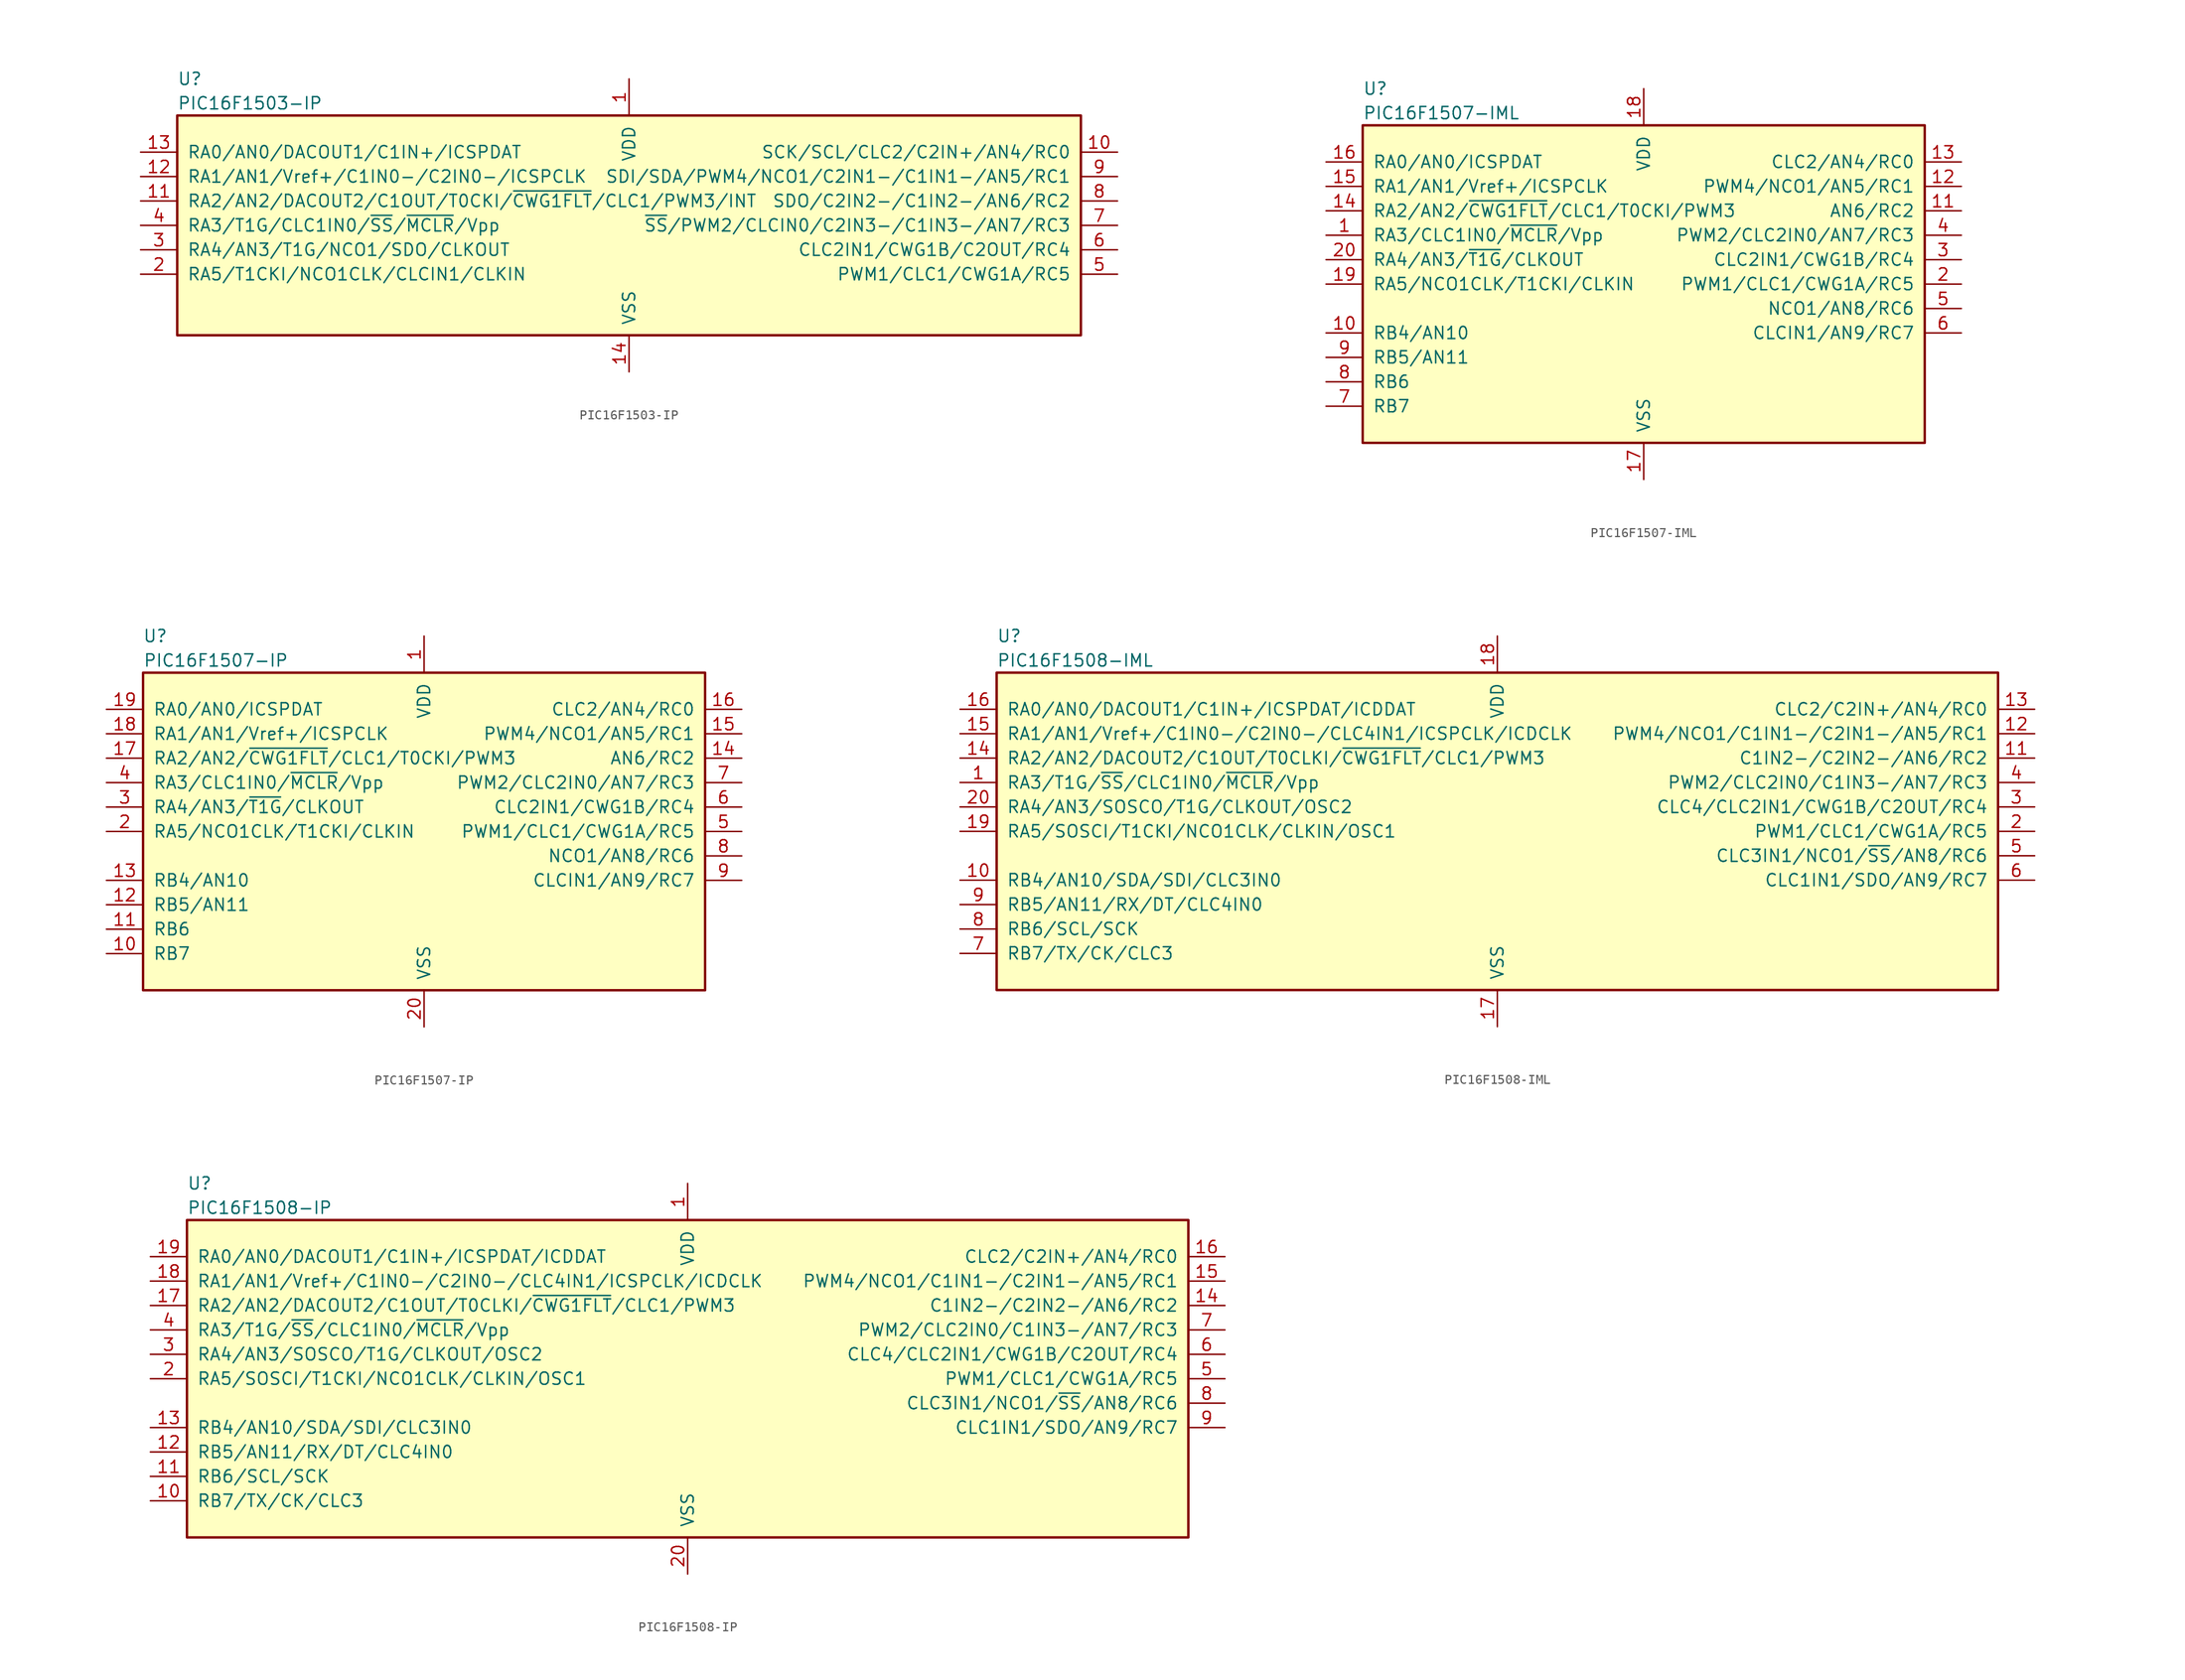
<source format=kicad_sym>
(kicad_symbol_lib
  (version 20241209)
  (generator "kicad_symbol_editor")
  (generator_version "9.0")
  (symbol "PIC16F1503-IP"
    (pin_names
      (offset 1.016))
    (property "Reference" "U"
      (at -46.99 15.24 0)
      (effects (font (size 1.27 1.27)) (justify left)))
    (property "Value" "PIC16F1503-IP"
      (at -46.99 12.7 0)
      (effects (font (size 1.27 1.27)) (justify left)))
    (symbol "PIC16F1503-IP_0_1"
      (rectangle (start -46.99 11.43) (end 46.99 -11.43) (stroke (width 0.254) (type default)) (fill (type background))))
    (symbol "PIC16F1503-IP_1_1"
      (pin bidirectional line (at -50.8 7.62 0) (length 3.81) (name "RA0/AN0/DACOUT1/C1IN+/ICSPDAT" (effects (font (size 1.27 1.27)))) (number "13" (effects (font (size 1.27 1.27)))))
      (pin bidirectional line (at -50.8 5.08 0) (length 3.81) (name "RA1/AN1/Vref+/C1IN0-/C2IN0-/ICSPCLK" (effects (font (size 1.27 1.27)))) (number "12" (effects (font (size 1.27 1.27)))))
      (pin bidirectional line (at -50.8 2.54 0) (length 3.81) (name "RA2/AN2/DACOUT2/C1OUT/T0CKI/~{CWG1FLT}/CLC1/PWM3/INT" (effects (font (size 1.27 1.27)))) (number "11" (effects (font (size 1.27 1.27)))))
      (pin input line (at -50.8 0 0) (length 3.81) (name "RA3/T1G/CLC1IN0/~{SS}/~{MCLR}/Vpp" (effects (font (size 1.27 1.27)))) (number "4" (effects (font (size 1.27 1.27)))))
      (pin bidirectional line (at -50.8 -2.54 0) (length 3.81) (name "RA4/AN3/T1G/NCO1/SDO/CLKOUT" (effects (font (size 1.27 1.27)))) (number "3" (effects (font (size 1.27 1.27)))))
      (pin bidirectional line (at -50.8 -5.08 0) (length 3.81) (name "RA5/T1CKI/NCO1CLK/CLCIN1/CLKIN" (effects (font (size 1.27 1.27)))) (number "2" (effects (font (size 1.27 1.27)))))
      (pin power_in line (at 0 15.24 270) (length 3.81) (name "VDD" (effects (font (size 1.27 1.27)))) (number "1" (effects (font (size 1.27 1.27)))))
      (pin power_in line (at 0 -15.24 90) (length 3.81) (name "VSS" (effects (font (size 1.27 1.27)))) (number "14" (effects (font (size 1.27 1.27)))))
      (pin bidirectional line (at 50.8 7.62 180) (length 3.81) (name "SCK/SCL/CLC2/C2IN+/AN4/RC0" (effects (font (size 1.27 1.27)))) (number "10" (effects (font (size 1.27 1.27)))))
      (pin bidirectional line (at 50.8 5.08 180) (length 3.81) (name "SDI/SDA/PWM4/NCO1/C2IN1-/C1IN1-/AN5/RC1" (effects (font (size 1.27 1.27)))) (number "9" (effects (font (size 1.27 1.27)))))
      (pin bidirectional line (at 50.8 2.54 180) (length 3.81) (name "SDO/C2IN2-/C1IN2-/AN6/RC2" (effects (font (size 1.27 1.27)))) (number "8" (effects (font (size 1.27 1.27)))))
      (pin bidirectional line (at 50.8 0 180) (length 3.81) (name "~{SS}/PWM2/CLCIN0/C2IN3-/C1IN3-/AN7/RC3" (effects (font (size 1.27 1.27)))) (number "7" (effects (font (size 1.27 1.27)))))
      (pin bidirectional line (at 50.8 -2.54 180) (length 3.81) (name "CLC2IN1/CWG1B/C2OUT/RC4" (effects (font (size 1.27 1.27)))) (number "6" (effects (font (size 1.27 1.27)))))
      (pin bidirectional line (at 50.8 -5.08 180) (length 3.81) (name "PWM1/CLC1/CWG1A/RC5" (effects (font (size 1.27 1.27)))) (number "5" (effects (font (size 1.27 1.27)))))))
  (symbol "PIC16F1507-IML"
    (pin_names
      (offset 1.016))
    (property "Reference" "U"
      (at -29.21 20.32 0)
      (effects (font (size 1.27 1.27)) (justify left)))
    (property "Value" "PIC16F1507-IML"
      (at -29.21 17.78 0)
      (effects (font (size 1.27 1.27)) (justify left)))
    (symbol "PIC16F1507-IML_0_1"
      (rectangle (start -29.21 16.51) (end 29.21 -16.51) (stroke (width 0.254) (type default)) (fill (type background))))
    (symbol "PIC16F1507-IML_1_1"
      (pin bidirectional line (at -33.02 12.7 0) (length 3.81) (name "RA0/AN0/ICSPDAT" (effects (font (size 1.27 1.27)))) (number "16" (effects (font (size 1.27 1.27)))))
      (pin bidirectional line (at -33.02 10.16 0) (length 3.81) (name "RA1/AN1/Vref+/ICSPCLK" (effects (font (size 1.27 1.27)))) (number "15" (effects (font (size 1.27 1.27)))))
      (pin bidirectional line (at -33.02 7.62 0) (length 3.81) (name "RA2/AN2/~{CWG1FLT}/CLC1/T0CKI/PWM3" (effects (font (size 1.27 1.27)))) (number "14" (effects (font (size 1.27 1.27)))))
      (pin input line (at -33.02 5.08 0) (length 3.81) (name "RA3/CLC1IN0/~{MCLR}/Vpp" (effects (font (size 1.27 1.27)))) (number "1" (effects (font (size 1.27 1.27)))))
      (pin bidirectional line (at -33.02 2.54 0) (length 3.81) (name "RA4/AN3/~{T1G}/CLKOUT" (effects (font (size 1.27 1.27)))) (number "20" (effects (font (size 1.27 1.27)))))
      (pin bidirectional line (at -33.02 0 0) (length 3.81) (name "RA5/NCO1CLK/T1CKI/CLKIN" (effects (font (size 1.27 1.27)))) (number "19" (effects (font (size 1.27 1.27)))))
      (pin bidirectional line (at -33.02 -5.08 0) (length 3.81) (name "RB4/AN10" (effects (font (size 1.27 1.27)))) (number "10" (effects (font (size 1.27 1.27)))))
      (pin bidirectional line (at -33.02 -7.62 0) (length 3.81) (name "RB5/AN11" (effects (font (size 1.27 1.27)))) (number "9" (effects (font (size 1.27 1.27)))))
      (pin bidirectional line (at -33.02 -10.16 0) (length 3.81) (name "RB6" (effects (font (size 1.27 1.27)))) (number "8" (effects (font (size 1.27 1.27)))))
      (pin bidirectional line (at -33.02 -12.7 0) (length 3.81) (name "RB7" (effects (font (size 1.27 1.27)))) (number "7" (effects (font (size 1.27 1.27)))))
      (pin power_in line (at 0 20.32 270) (length 3.81) (name "VDD" (effects (font (size 1.27 1.27)))) (number "18" (effects (font (size 1.27 1.27)))))
      (pin power_in line (at 0 -20.32 90) (length 3.81) (name "VSS" (effects (font (size 1.27 1.27)))) (number "17" (effects (font (size 1.27 1.27)))))
      (pin bidirectional line (at 33.02 12.7 180) (length 3.81) (name "CLC2/AN4/RC0" (effects (font (size 1.27 1.27)))) (number "13" (effects (font (size 1.27 1.27)))))
      (pin bidirectional line (at 33.02 10.16 180) (length 3.81) (name "PWM4/NCO1/AN5/RC1" (effects (font (size 1.27 1.27)))) (number "12" (effects (font (size 1.27 1.27)))))
      (pin bidirectional line (at 33.02 7.62 180) (length 3.81) (name "AN6/RC2" (effects (font (size 1.27 1.27)))) (number "11" (effects (font (size 1.27 1.27)))))
      (pin bidirectional line (at 33.02 5.08 180) (length 3.81) (name "PWM2/CLC2IN0/AN7/RC3" (effects (font (size 1.27 1.27)))) (number "4" (effects (font (size 1.27 1.27)))))
      (pin bidirectional line (at 33.02 2.54 180) (length 3.81) (name "CLC2IN1/CWG1B/RC4" (effects (font (size 1.27 1.27)))) (number "3" (effects (font (size 1.27 1.27)))))
      (pin bidirectional line (at 33.02 0 180) (length 3.81) (name "PWM1/CLC1/CWG1A/RC5" (effects (font (size 1.27 1.27)))) (number "2" (effects (font (size 1.27 1.27)))))
      (pin bidirectional line (at 33.02 -2.54 180) (length 3.81) (name "NCO1/AN8/RC6" (effects (font (size 1.27 1.27)))) (number "5" (effects (font (size 1.27 1.27)))))
      (pin bidirectional line (at 33.02 -5.08 180) (length 3.81) (name "CLCIN1/AN9/RC7" (effects (font (size 1.27 1.27)))) (number "6" (effects (font (size 1.27 1.27)))))))
  (symbol "PIC16F1507-IP"
    (pin_names
      (offset 1.016))
    (property "Reference" "U"
      (at -27.94 20.32 0)
      (effects (font (size 1.27 1.27))))
    (property "Value" "PIC16F1507-IP"
      (at -29.21 17.78 0)
      (effects (font (size 1.27 1.27)) (justify left)))
    (symbol "PIC16F1507-IP_0_1"
      (rectangle (start -29.21 16.51) (end 29.21 -16.51) (stroke (width 0.254) (type default)) (fill (type background))))
    (symbol "PIC16F1507-IP_1_1"
      (pin bidirectional line (at -33.02 12.7 0) (length 3.81) (name "RA0/AN0/ICSPDAT" (effects (font (size 1.27 1.27)))) (number "19" (effects (font (size 1.27 1.27)))))
      (pin bidirectional line (at -33.02 10.16 0) (length 3.81) (name "RA1/AN1/Vref+/ICSPCLK" (effects (font (size 1.27 1.27)))) (number "18" (effects (font (size 1.27 1.27)))))
      (pin bidirectional line (at -33.02 7.62 0) (length 3.81) (name "RA2/AN2/~{CWG1FLT}/CLC1/T0CKI/PWM3" (effects (font (size 1.27 1.27)))) (number "17" (effects (font (size 1.27 1.27)))))
      (pin input line (at -33.02 5.08 0) (length 3.81) (name "RA3/CLC1IN0/~{MCLR}/Vpp" (effects (font (size 1.27 1.27)))) (number "4" (effects (font (size 1.27 1.27)))))
      (pin bidirectional line (at -33.02 2.54 0) (length 3.81) (name "RA4/AN3/~{T1G}/CLKOUT" (effects (font (size 1.27 1.27)))) (number "3" (effects (font (size 1.27 1.27)))))
      (pin bidirectional line (at -33.02 0 0) (length 3.81) (name "RA5/NCO1CLK/T1CKI/CLKIN" (effects (font (size 1.27 1.27)))) (number "2" (effects (font (size 1.27 1.27)))))
      (pin bidirectional line (at -33.02 -5.08 0) (length 3.81) (name "RB4/AN10" (effects (font (size 1.27 1.27)))) (number "13" (effects (font (size 1.27 1.27)))))
      (pin bidirectional line (at -33.02 -7.62 0) (length 3.81) (name "RB5/AN11" (effects (font (size 1.27 1.27)))) (number "12" (effects (font (size 1.27 1.27)))))
      (pin bidirectional line (at -33.02 -10.16 0) (length 3.81) (name "RB6" (effects (font (size 1.27 1.27)))) (number "11" (effects (font (size 1.27 1.27)))))
      (pin bidirectional line (at -33.02 -12.7 0) (length 3.81) (name "RB7" (effects (font (size 1.27 1.27)))) (number "10" (effects (font (size 1.27 1.27)))))
      (pin power_in line (at 0 20.32 270) (length 3.81) (name "VDD" (effects (font (size 1.27 1.27)))) (number "1" (effects (font (size 1.27 1.27)))))
      (pin power_in line (at 0 -20.32 90) (length 3.81) (name "VSS" (effects (font (size 1.27 1.27)))) (number "20" (effects (font (size 1.27 1.27)))))
      (pin bidirectional line (at 33.02 12.7 180) (length 3.81) (name "CLC2/AN4/RC0" (effects (font (size 1.27 1.27)))) (number "16" (effects (font (size 1.27 1.27)))))
      (pin bidirectional line (at 33.02 10.16 180) (length 3.81) (name "PWM4/NCO1/AN5/RC1" (effects (font (size 1.27 1.27)))) (number "15" (effects (font (size 1.27 1.27)))))
      (pin bidirectional line (at 33.02 7.62 180) (length 3.81) (name "AN6/RC2" (effects (font (size 1.27 1.27)))) (number "14" (effects (font (size 1.27 1.27)))))
      (pin bidirectional line (at 33.02 5.08 180) (length 3.81) (name "PWM2/CLC2IN0/AN7/RC3" (effects (font (size 1.27 1.27)))) (number "7" (effects (font (size 1.27 1.27)))))
      (pin bidirectional line (at 33.02 2.54 180) (length 3.81) (name "CLC2IN1/CWG1B/RC4" (effects (font (size 1.27 1.27)))) (number "6" (effects (font (size 1.27 1.27)))))
      (pin bidirectional line (at 33.02 0 180) (length 3.81) (name "PWM1/CLC1/CWG1A/RC5" (effects (font (size 1.27 1.27)))) (number "5" (effects (font (size 1.27 1.27)))))
      (pin bidirectional line (at 33.02 -2.54 180) (length 3.81) (name "NCO1/AN8/RC6" (effects (font (size 1.27 1.27)))) (number "8" (effects (font (size 1.27 1.27)))))
      (pin bidirectional line (at 33.02 -5.08 180) (length 3.81) (name "CLCIN1/AN9/RC7" (effects (font (size 1.27 1.27)))) (number "9" (effects (font (size 1.27 1.27)))))))
  (symbol "PIC16F1508-IML"
    (pin_names
      (offset 1.016))
    (property "Reference" "U"
      (at -52.07 20.32 0)
      (effects (font (size 1.27 1.27)) (justify left)))
    (property "Value" "PIC16F1508-IML"
      (at -52.07 17.78 0)
      (effects (font (size 1.27 1.27)) (justify left)))
    (symbol "PIC16F1508-IML_0_1"
      (rectangle (start -52.07 16.51) (end 52.07 -16.51) (stroke (width 0.254) (type default)) (fill (type background))))
    (symbol "PIC16F1508-IML_1_1"
      (pin bidirectional line (at -55.88 12.7 0) (length 3.81) (name "RA0/AN0/DACOUT1/C1IN+/ICSPDAT/ICDDAT" (effects (font (size 1.27 1.27)))) (number "16" (effects (font (size 1.27 1.27)))))
      (pin bidirectional line (at -55.88 10.16 0) (length 3.81) (name "RA1/AN1/Vref+/C1IN0-/C2IN0-/CLC4IN1/ICSPCLK/ICDCLK" (effects (font (size 1.27 1.27)))) (number "15" (effects (font (size 1.27 1.27)))))
      (pin bidirectional line (at -55.88 7.62 0) (length 3.81) (name "RA2/AN2/DACOUT2/C1OUT/T0CLKI/~{CWG1FLT}/CLC1/PWM3" (effects (font (size 1.27 1.27)))) (number "14" (effects (font (size 1.27 1.27)))))
      (pin input line (at -55.88 5.08 0) (length 3.81) (name "RA3/T1G/~{SS}/CLC1IN0/~{MCLR}/Vpp" (effects (font (size 1.27 1.27)))) (number "1" (effects (font (size 1.27 1.27)))))
      (pin bidirectional line (at -55.88 2.54 0) (length 3.81) (name "RA4/AN3/SOSCO/T1G/CLKOUT/OSC2" (effects (font (size 1.27 1.27)))) (number "20" (effects (font (size 1.27 1.27)))))
      (pin bidirectional line (at -55.88 0 0) (length 3.81) (name "RA5/SOSCI/T1CKI/NCO1CLK/CLKIN/OSC1" (effects (font (size 1.27 1.27)))) (number "19" (effects (font (size 1.27 1.27)))))
      (pin bidirectional line (at -55.88 -5.08 0) (length 3.81) (name "RB4/AN10/SDA/SDI/CLC3IN0" (effects (font (size 1.27 1.27)))) (number "10" (effects (font (size 1.27 1.27)))))
      (pin bidirectional line (at -55.88 -7.62 0) (length 3.81) (name "RB5/AN11/RX/DT/CLC4IN0" (effects (font (size 1.27 1.27)))) (number "9" (effects (font (size 1.27 1.27)))))
      (pin bidirectional line (at -55.88 -10.16 0) (length 3.81) (name "RB6/SCL/SCK" (effects (font (size 1.27 1.27)))) (number "8" (effects (font (size 1.27 1.27)))))
      (pin bidirectional line (at -55.88 -12.7 0) (length 3.81) (name "RB7/TX/CK/CLC3" (effects (font (size 1.27 1.27)))) (number "7" (effects (font (size 1.27 1.27)))))
      (pin power_in line (at 0 20.32 270) (length 3.81) (name "VDD" (effects (font (size 1.27 1.27)))) (number "18" (effects (font (size 1.27 1.27)))))
      (pin power_in line (at 0 -20.32 90) (length 3.81) (name "VSS" (effects (font (size 1.27 1.27)))) (number "17" (effects (font (size 1.27 1.27)))))
      (pin bidirectional line (at 55.88 12.7 180) (length 3.81) (name "CLC2/C2IN+/AN4/RC0" (effects (font (size 1.27 1.27)))) (number "13" (effects (font (size 1.27 1.27)))))
      (pin bidirectional line (at 55.88 10.16 180) (length 3.81) (name "PWM4/NCO1/C1IN1-/C2IN1-/AN5/RC1" (effects (font (size 1.27 1.27)))) (number "12" (effects (font (size 1.27 1.27)))))
      (pin bidirectional line (at 55.88 7.62 180) (length 3.81) (name "C1IN2-/C2IN2-/AN6/RC2" (effects (font (size 1.27 1.27)))) (number "11" (effects (font (size 1.27 1.27)))))
      (pin bidirectional line (at 55.88 5.08 180) (length 3.81) (name "PWM2/CLC2IN0/C1IN3-/AN7/RC3" (effects (font (size 1.27 1.27)))) (number "4" (effects (font (size 1.27 1.27)))))
      (pin bidirectional line (at 55.88 2.54 180) (length 3.81) (name "CLC4/CLC2IN1/CWG1B/C2OUT/RC4" (effects (font (size 1.27 1.27)))) (number "3" (effects (font (size 1.27 1.27)))))
      (pin bidirectional line (at 55.88 0 180) (length 3.81) (name "PWM1/CLC1/CWG1A/RC5" (effects (font (size 1.27 1.27)))) (number "2" (effects (font (size 1.27 1.27)))))
      (pin bidirectional line (at 55.88 -2.54 180) (length 3.81) (name "CLC3IN1/NCO1/~{SS}/AN8/RC6" (effects (font (size 1.27 1.27)))) (number "5" (effects (font (size 1.27 1.27)))))
      (pin bidirectional line (at 55.88 -5.08 180) (length 3.81) (name "CLC1IN1/SDO/AN9/RC7" (effects (font (size 1.27 1.27)))) (number "6" (effects (font (size 1.27 1.27)))))))
  (symbol "PIC16F1508-IP"
    (pin_names
      (offset 1.016))
    (property "Reference" "U"
      (at -52.07 20.32 0)
      (effects (font (size 1.27 1.27)) (justify left)))
    (property "Value" "PIC16F1508-IP"
      (at -52.07 17.78 0)
      (effects (font (size 1.27 1.27)) (justify left)))
    (symbol "PIC16F1508-IP_0_1"
      (rectangle (start -52.07 16.51) (end 52.07 -16.51) (stroke (width 0.254) (type default)) (fill (type background))))
    (symbol "PIC16F1508-IP_1_1"
      (pin bidirectional line (at -55.88 12.7 0) (length 3.81) (name "RA0/AN0/DACOUT1/C1IN+/ICSPDAT/ICDDAT" (effects (font (size 1.27 1.27)))) (number "19" (effects (font (size 1.27 1.27)))))
      (pin bidirectional line (at -55.88 10.16 0) (length 3.81) (name "RA1/AN1/Vref+/C1IN0-/C2IN0-/CLC4IN1/ICSPCLK/ICDCLK" (effects (font (size 1.27 1.27)))) (number "18" (effects (font (size 1.27 1.27)))))
      (pin bidirectional line (at -55.88 7.62 0) (length 3.81) (name "RA2/AN2/DACOUT2/C1OUT/T0CLKI/~{CWG1FLT}/CLC1/PWM3" (effects (font (size 1.27 1.27)))) (number "17" (effects (font (size 1.27 1.27)))))
      (pin input line (at -55.88 5.08 0) (length 3.81) (name "RA3/T1G/~{SS}/CLC1IN0/~{MCLR}/Vpp" (effects (font (size 1.27 1.27)))) (number "4" (effects (font (size 1.27 1.27)))))
      (pin bidirectional line (at -55.88 2.54 0) (length 3.81) (name "RA4/AN3/SOSCO/T1G/CLKOUT/OSC2" (effects (font (size 1.27 1.27)))) (number "3" (effects (font (size 1.27 1.27)))))
      (pin bidirectional line (at -55.88 0 0) (length 3.81) (name "RA5/SOSCI/T1CKI/NCO1CLK/CLKIN/OSC1" (effects (font (size 1.27 1.27)))) (number "2" (effects (font (size 1.27 1.27)))))
      (pin bidirectional line (at -55.88 -5.08 0) (length 3.81) (name "RB4/AN10/SDA/SDI/CLC3IN0" (effects (font (size 1.27 1.27)))) (number "13" (effects (font (size 1.27 1.27)))))
      (pin bidirectional line (at -55.88 -7.62 0) (length 3.81) (name "RB5/AN11/RX/DT/CLC4IN0" (effects (font (size 1.27 1.27)))) (number "12" (effects (font (size 1.27 1.27)))))
      (pin bidirectional line (at -55.88 -10.16 0) (length 3.81) (name "RB6/SCL/SCK" (effects (font (size 1.27 1.27)))) (number "11" (effects (font (size 1.27 1.27)))))
      (pin bidirectional line (at -55.88 -12.7 0) (length 3.81) (name "RB7/TX/CK/CLC3" (effects (font (size 1.27 1.27)))) (number "10" (effects (font (size 1.27 1.27)))))
      (pin power_in line (at 0 20.32 270) (length 3.81) (name "VDD" (effects (font (size 1.27 1.27)))) (number "1" (effects (font (size 1.27 1.27)))))
      (pin power_in line (at 0 -20.32 90) (length 3.81) (name "VSS" (effects (font (size 1.27 1.27)))) (number "20" (effects (font (size 1.27 1.27)))))
      (pin bidirectional line (at 55.88 12.7 180) (length 3.81) (name "CLC2/C2IN+/AN4/RC0" (effects (font (size 1.27 1.27)))) (number "16" (effects (font (size 1.27 1.27)))))
      (pin bidirectional line (at 55.88 10.16 180) (length 3.81) (name "PWM4/NCO1/C1IN1-/C2IN1-/AN5/RC1" (effects (font (size 1.27 1.27)))) (number "15" (effects (font (size 1.27 1.27)))))
      (pin bidirectional line (at 55.88 7.62 180) (length 3.81) (name "C1IN2-/C2IN2-/AN6/RC2" (effects (font (size 1.27 1.27)))) (number "14" (effects (font (size 1.27 1.27)))))
      (pin bidirectional line (at 55.88 5.08 180) (length 3.81) (name "PWM2/CLC2IN0/C1IN3-/AN7/RC3" (effects (font (size 1.27 1.27)))) (number "7" (effects (font (size 1.27 1.27)))))
      (pin bidirectional line (at 55.88 2.54 180) (length 3.81) (name "CLC4/CLC2IN1/CWG1B/C2OUT/RC4" (effects (font (size 1.27 1.27)))) (number "6" (effects (font (size 1.27 1.27)))))
      (pin bidirectional line (at 55.88 0 180) (length 3.81) (name "PWM1/CLC1/CWG1A/RC5" (effects (font (size 1.27 1.27)))) (number "5" (effects (font (size 1.27 1.27)))))
      (pin bidirectional line (at 55.88 -2.54 180) (length 3.81) (name "CLC3IN1/NCO1/~{SS}/AN8/RC6" (effects (font (size 1.27 1.27)))) (number "8" (effects (font (size 1.27 1.27)))))
      (pin bidirectional line (at 55.88 -5.08 180) (length 3.81) (name "CLC1IN1/SDO/AN9/RC7" (effects (font (size 1.27 1.27)))) (number "9" (effects (font (size 1.27 1.27))))))))
</source>
